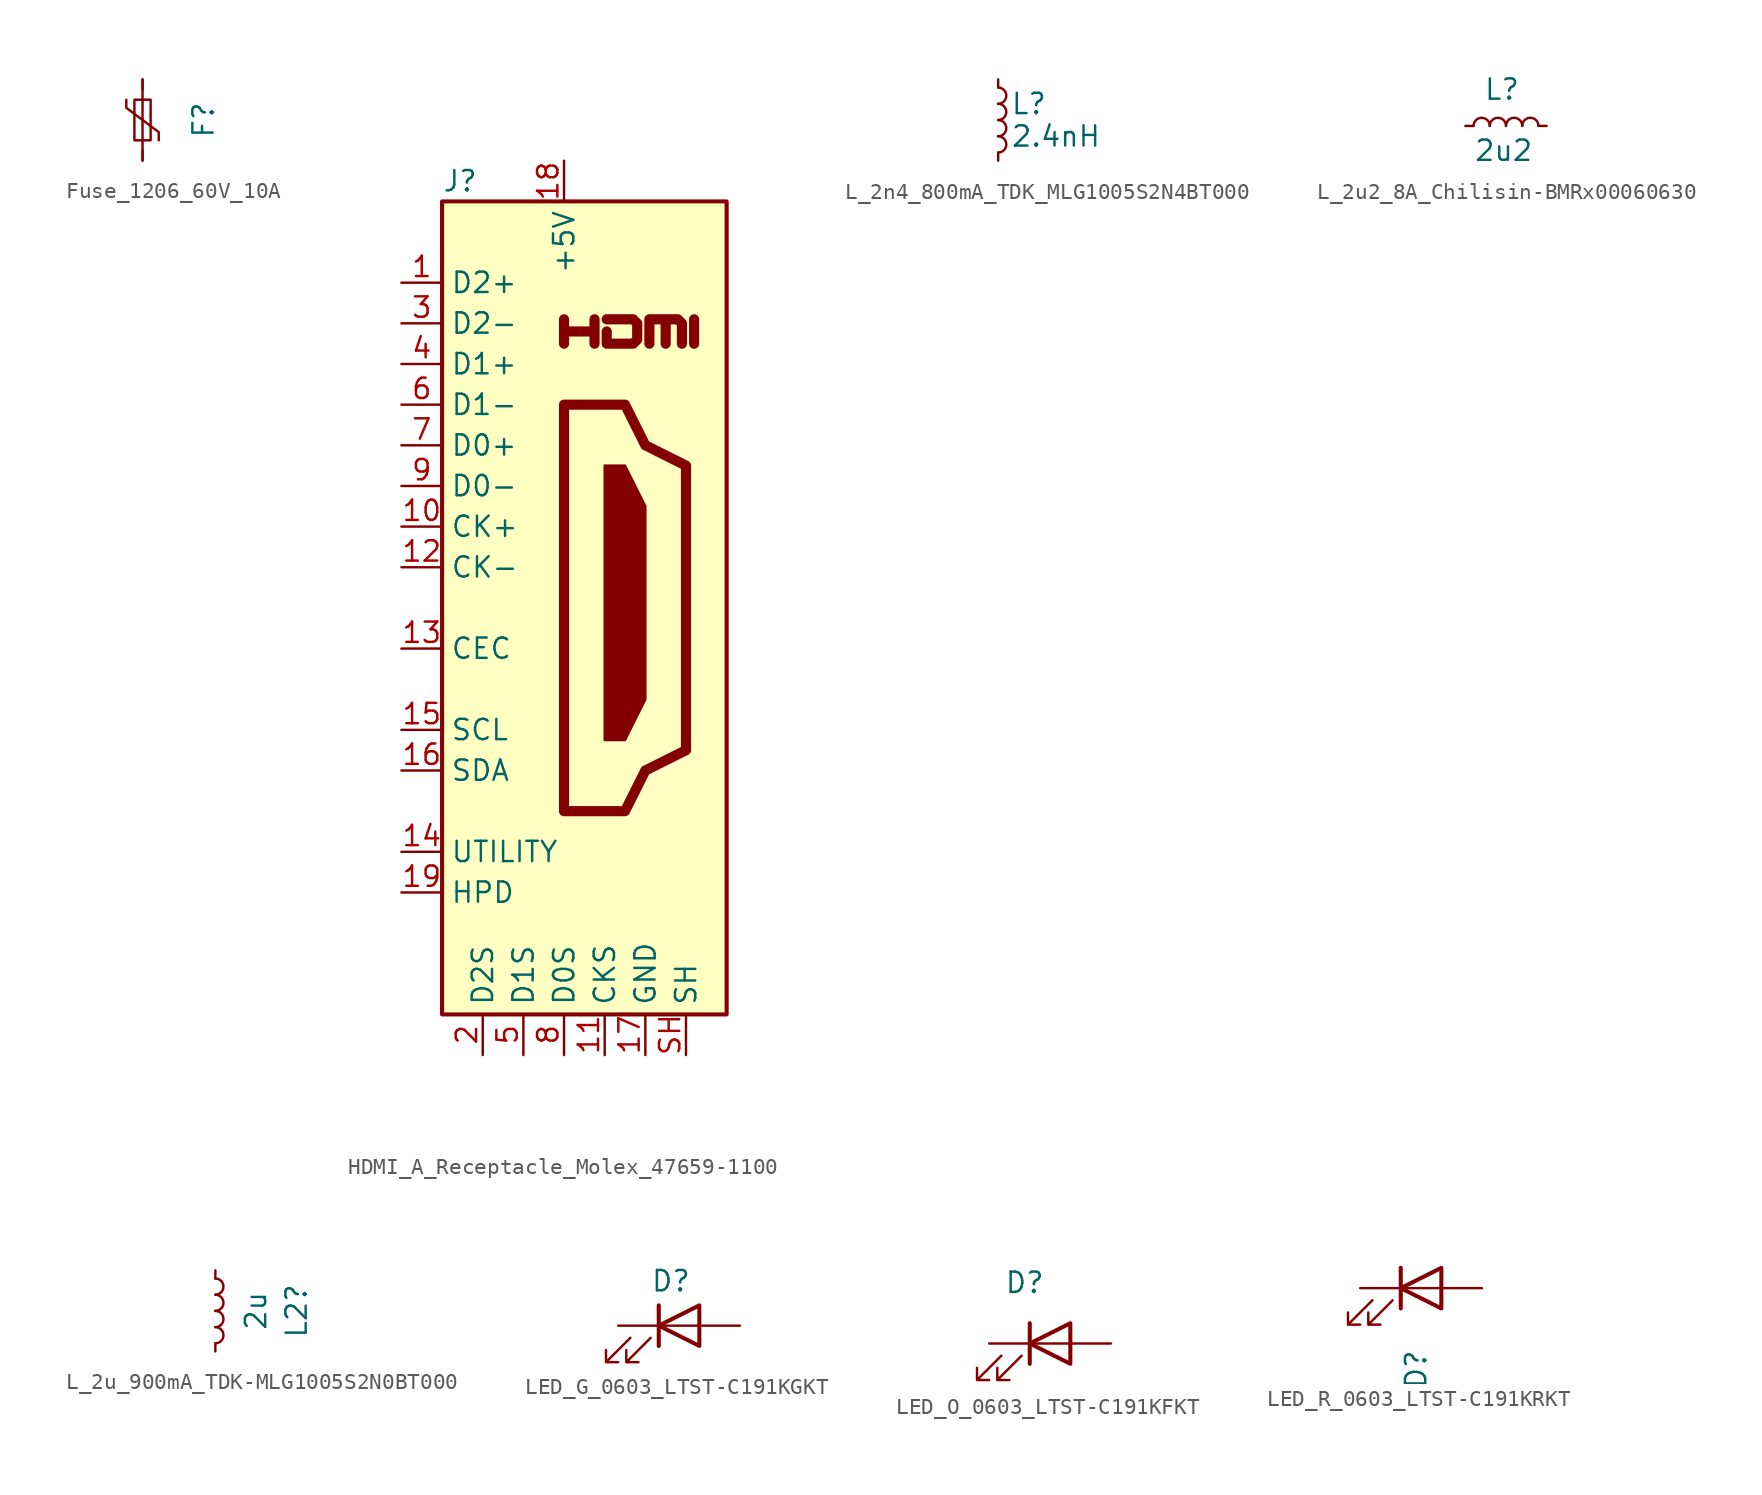
<source format=kicad_sym>
(kicad_symbol_lib
  (version 20241209)
  (generator "kicad_symbol_editor")
  (generator_version "9.0")
  (symbol "Fuse_1206_60V_10A"
    (pin_numbers
      (hide yes))
    (pin_names
      (offset 0))
    (property "Reference" "F"
      (at 3.81 0 90)
      (effects (font (size 1.27 1.27))))
    (symbol "Fuse_1206_60V_10A_0_1"
      (polyline (pts (xy -1.016 1.27) (xy -1.016 0.762) (xy 1.016 -0.762) (xy 1.016 -1.27)) (stroke (width 0) (type default)) (fill (type none)))
      (rectangle (start -0.508 1.27) (end 0.508 -1.27) (stroke (width 0) (type default)) (fill (type none)))
      (polyline (pts (xy 0 2.54) (xy 0 -2.54)) (stroke (width 0) (type default)) (fill (type none))))
    (symbol "Fuse_1206_60V_10A_1_1"
      (pin passive line (at 0 2.54 270) (length 0.635) (name "~" (effects (font (size 1.27 1.27)))) (number "1" (effects (font (size 1.27 1.27)))))
      (pin passive line (at 0 -2.54 90) (length 0.635) (name "~" (effects (font (size 1.27 1.27)))) (number "2" (effects (font (size 1.27 1.27)))))))
  (symbol "HDMI_A_Receptacle_Molex_47659-1100"
    (property "Reference" "J"
      (at -7.62 26.67 0)
      (effects (font (size 1.27 1.27)) (justify left)))
    (symbol "HDMI_A_Receptacle_Molex_47659-1100_0_0"
      (polyline (pts (xy 0 16.51) (xy 0 18.034) (xy 0 17.272) (xy 1.905 17.272) (xy 1.905 18.034) (xy 1.905 16.51)) (stroke (width 0.635) (type default)) (fill (type none)))
      (polyline (pts (xy 2.667 18.034) (xy 4.318 18.034) (xy 4.572 17.78) (xy 4.572 16.764) (xy 4.318 16.51) (xy 2.667 16.51) (xy 2.667 17.272)) (stroke (width 0.635) (type default)) (fill (type none)))
      (polyline (pts (xy 8.128 16.51) (xy 8.128 18.034)) (stroke (width 0.635) (type default)) (fill (type none))))
    (symbol "HDMI_A_Receptacle_Molex_47659-1100_0_1"
      (rectangle (start -7.62 25.4) (end 10.16 -25.4) (stroke (width 0.254) (type default)) (fill (type background)))
      (polyline (pts (xy 0 12.7) (xy 0 -12.7) (xy 3.81 -12.7) (xy 5.08 -10.16) (xy 7.62 -8.89) (xy 7.62 8.89) (xy 5.08 10.16) (xy 3.81 12.7) (xy 0 12.7)) (stroke (width 0.635) (type default)) (fill (type none)))
      (polyline (pts (xy 2.54 8.89) (xy 3.81 8.89) (xy 5.08 6.35) (xy 5.08 -5.715) (xy 3.81 -8.255) (xy 2.54 -8.255) (xy 2.54 8.89)) (stroke (width 0) (type default)) (fill (type outline)))
      (polyline (pts (xy 5.334 16.51) (xy 5.334 18.034) (xy 6.35 18.034) (xy 6.35 16.51) (xy 6.35 18.034) (xy 7.112 18.034) (xy 7.366 17.78) (xy 7.366 16.51)) (stroke (width 0.635) (type default)) (fill (type none))))
    (symbol "HDMI_A_Receptacle_Molex_47659-1100_1_1"
      (pin passive line (at -10.16 20.32 0) (length 2.54) (name "D2+" (effects (font (size 1.27 1.27)))) (number "1" (effects (font (size 1.27 1.27)))))
      (pin passive line (at -10.16 17.78 0) (length 2.54) (name "D2-" (effects (font (size 1.27 1.27)))) (number "3" (effects (font (size 1.27 1.27)))))
      (pin passive line (at -10.16 15.24 0) (length 2.54) (name "D1+" (effects (font (size 1.27 1.27)))) (number "4" (effects (font (size 1.27 1.27)))))
      (pin passive line (at -10.16 12.7 0) (length 2.54) (name "D1-" (effects (font (size 1.27 1.27)))) (number "6" (effects (font (size 1.27 1.27)))))
      (pin passive line (at -10.16 10.16 0) (length 2.54) (name "D0+" (effects (font (size 1.27 1.27)))) (number "7" (effects (font (size 1.27 1.27)))))
      (pin passive line (at -10.16 7.62 0) (length 2.54) (name "D0-" (effects (font (size 1.27 1.27)))) (number "9" (effects (font (size 1.27 1.27)))))
      (pin passive line (at -10.16 5.08 0) (length 2.54) (name "CK+" (effects (font (size 1.27 1.27)))) (number "10" (effects (font (size 1.27 1.27)))))
      (pin passive line (at -10.16 2.54 0) (length 2.54) (name "CK-" (effects (font (size 1.27 1.27)))) (number "12" (effects (font (size 1.27 1.27)))))
      (pin bidirectional line (at -10.16 -2.54 0) (length 2.54) (name "CEC" (effects (font (size 1.27 1.27)))) (number "13" (effects (font (size 1.27 1.27)))))
      (pin passive line (at -10.16 -7.62 0) (length 2.54) (name "SCL" (effects (font (size 1.27 1.27)))) (number "15" (effects (font (size 1.27 1.27)))))
      (pin bidirectional line (at -10.16 -10.16 0) (length 2.54) (name "SDA" (effects (font (size 1.27 1.27)))) (number "16" (effects (font (size 1.27 1.27)))))
      (pin passive line (at -10.16 -15.24 0) (length 2.54) (name "UTILITY" (effects (font (size 1.27 1.27)))) (number "14" (effects (font (size 1.27 1.27)))))
      (pin passive line (at -10.16 -17.78 0) (length 2.54) (name "HPD" (effects (font (size 1.27 1.27)))) (number "19" (effects (font (size 1.27 1.27)))))
      (pin power_in line (at -5.08 -27.94 90) (length 2.54) (name "D2S" (effects (font (size 1.27 1.27)))) (number "2" (effects (font (size 1.27 1.27)))))
      (pin power_in line (at -2.54 -27.94 90) (length 2.54) (name "D1S" (effects (font (size 1.27 1.27)))) (number "5" (effects (font (size 1.27 1.27)))))
      (pin power_in line (at 0 27.94 270) (length 2.54) (name "+5V" (effects (font (size 1.27 1.27)))) (number "18" (effects (font (size 1.27 1.27)))))
      (pin power_in line (at 0 -27.94 90) (length 2.54) (name "D0S" (effects (font (size 1.27 1.27)))) (number "8" (effects (font (size 1.27 1.27)))))
      (pin power_in line (at 2.54 -27.94 90) (length 2.54) (name "CKS" (effects (font (size 1.27 1.27)))) (number "11" (effects (font (size 1.27 1.27)))))
      (pin power_in line (at 5.08 -27.94 90) (length 2.54) (name "GND" (effects (font (size 1.27 1.27)))) (number "17" (effects (font (size 1.27 1.27)))))
      (pin passive line (at 7.62 -27.94 90) (length 2.54) (name "SH" (effects (font (size 1.27 1.27)))) (number "SH" (effects (font (size 1.27 1.27)))))))
  (symbol "L_2n4_800mA_TDK_MLG1005S2N4BT000"
    (pin_numbers
      (hide yes))
    (pin_names
      (offset 0.254)
      (hide yes))
    (property "Reference" "L"
      (at 0.762 1.016 0)
      (effects (font (size 1.27 1.27)) (justify left)))
    (property "Value" "2.4nH"
      (at 0.762 -1.016 0)
      (effects (font (size 1.27 1.27)) (justify left)))
    (symbol "L_2n4_800mA_TDK_MLG1005S2N4BT000_0_1"
      (arc (start 0 2.032) (mid 0.5058 1.524) (end 0 1.016) (stroke (width 0) (type default)) (fill (type none)))
      (arc (start 0 1.016) (mid 0.5058 0.508) (end 0 0) (stroke (width 0) (type default)) (fill (type none)))
      (arc (start 0 0) (mid 0.5058 -0.508) (end 0 -1.016) (stroke (width 0) (type default)) (fill (type none)))
      (arc (start 0 -1.016) (mid 0.5058 -1.524) (end 0 -2.032) (stroke (width 0) (type default)) (fill (type none))))
    (symbol "L_2n4_800mA_TDK_MLG1005S2N4BT000_1_1"
      (pin passive line (at 0 2.54 270) (length 0.508) (name "~" (effects (font (size 1.27 1.27)))) (number "1" (effects (font (size 1.27 1.27)))))
      (pin passive line (at 0 -2.54 90) (length 0.508) (name "~" (effects (font (size 1.27 1.27)))) (number "2" (effects (font (size 1.27 1.27)))))))
  (symbol "L_2u2_8A_Chilisin-BMRx00060630"
    (pin_numbers
      (hide yes))
    (pin_names
      (hide yes))
    (property "Reference" "L"
      (at 2.286 2.286 0)
      (effects (font (size 1.27 1.27) (thickness 0.15))))
    (property "Value" "2u2"
      (at 0.508 -2.286 0)
      (effects (font (size 1.27 1.27) (thickness 0.15)) (justify left bottom)))
    (symbol "L_2u2_8A_Chilisin-BMRx00060630_0_1"
      (arc (start 0.508 0) (mid 1.016 0.5058) (end 1.524 0) (stroke (width 0) (type default)) (fill (type none)))
      (arc (start 1.524 0) (mid 2.032 0.5058) (end 2.54 0) (stroke (width 0) (type default)) (fill (type none)))
      (arc (start 2.54 0) (mid 3.048 0.5058) (end 3.556 0) (stroke (width 0) (type default)) (fill (type none)))
      (arc (start 3.556 0) (mid 4.064 0.5058) (end 4.572 0) (stroke (width 0) (type default)) (fill (type none))))
    (symbol "L_2u2_8A_Chilisin-BMRx00060630_1_1"
      (pin passive line (at 0 0 0) (length 0.508) (name "~" (effects (font (size 1.27 1.27)))) (number "1" (effects (font (size 1.27 1.27)))))
      (pin passive line (at 5.08 0 180) (length 0.508) (name "~" (effects (font (size 1.27 1.27)))) (number "2" (effects (font (size 1.27 1.27)))))))
  (symbol "L_2u_900mA_TDK-MLG1005S2N0BT000"
    (pin_numbers
      (hide yes))
    (pin_names
      (offset 0.254)
      (hide yes))
    (property "Reference" "L2"
      (at 5.08 0 90)
      (effects (font (size 1.27 1.27))))
    (property "Value" "2u"
      (at 2.54 0 90)
      (effects (font (size 1.27 1.27))))
    (symbol "L_2u_900mA_TDK-MLG1005S2N0BT000_0_1"
      (arc (start 0 2.032) (mid 0.5058 1.524) (end 0 1.016) (stroke (width 0) (type default)) (fill (type none)))
      (arc (start 0 1.016) (mid 0.5058 0.508) (end 0 0) (stroke (width 0) (type default)) (fill (type none)))
      (arc (start 0 0) (mid 0.5058 -0.508) (end 0 -1.016) (stroke (width 0) (type default)) (fill (type none)))
      (arc (start 0 -1.016) (mid 0.5058 -1.524) (end 0 -2.032) (stroke (width 0) (type default)) (fill (type none))))
    (symbol "L_2u_900mA_TDK-MLG1005S2N0BT000_1_1"
      (pin passive line (at 0 2.54 270) (length 0.508) (name "~" (effects (font (size 1.27 1.27)))) (number "1" (effects (font (size 1.27 1.27)))))
      (pin passive line (at 0 -2.54 90) (length 0.508) (name "~" (effects (font (size 1.27 1.27)))) (number "2" (effects (font (size 1.27 1.27)))))))
  (symbol "LED_G_0603_LTST-C191KGKT"
    (pin_numbers
      (hide yes))
    (pin_names
      (hide yes))
    (property "Reference" "D"
      (at -0.508 2.794 0)
      (effects (font (size 1.27 1.27))))
    (symbol "LED_G_0603_LTST-C191KGKT_0_1"
      (polyline (pts (xy -3.048 -0.762) (xy -4.572 -2.286) (xy -3.81 -2.286) (xy -4.572 -2.286) (xy -4.572 -1.524)) (stroke (width 0) (type default)) (fill (type none)))
      (polyline (pts (xy -1.778 -0.762) (xy -3.302 -2.286) (xy -2.54 -2.286) (xy -3.302 -2.286) (xy -3.302 -1.524)) (stroke (width 0) (type default)) (fill (type none)))
      (polyline (pts (xy -1.27 0) (xy 1.27 0)) (stroke (width 0) (type default)) (fill (type none)))
      (polyline (pts (xy -1.27 -1.27) (xy -1.27 1.27)) (stroke (width 0.254) (type default)) (fill (type none)))
      (polyline (pts (xy 1.27 -1.27) (xy 1.27 1.27) (xy -1.27 0) (xy 1.27 -1.27)) (stroke (width 0.254) (type default)) (fill (type none))))
    (symbol "LED_G_0603_LTST-C191KGKT_1_1"
      (pin passive line (at -3.81 0 0) (length 2.54) (name "K" (effects (font (size 1.27 1.27)))) (number "1" (effects (font (size 1.27 1.27)))))
      (pin passive line (at 3.81 0 180) (length 2.54) (name "A" (effects (font (size 1.27 1.27)))) (number "2" (effects (font (size 1.27 1.27)))))))
  (symbol "LED_O_0603_LTST-C191KFKT"
    (pin_numbers
      (hide yes))
    (pin_names
      (hide yes))
    (property "Reference" "D"
      (at -1.587 3.81 0)
      (effects (font (size 1.27 1.27))))
    (symbol "LED_O_0603_LTST-C191KFKT_0_1"
      (polyline (pts (xy -3.048 -0.762) (xy -4.572 -2.286) (xy -3.81 -2.286) (xy -4.572 -2.286) (xy -4.572 -1.524)) (stroke (width 0) (type default)) (fill (type none)))
      (polyline (pts (xy -1.778 -0.762) (xy -3.302 -2.286) (xy -2.54 -2.286) (xy -3.302 -2.286) (xy -3.302 -1.524)) (stroke (width 0) (type default)) (fill (type none)))
      (polyline (pts (xy -1.27 0) (xy 1.27 0)) (stroke (width 0) (type default)) (fill (type none)))
      (polyline (pts (xy -1.27 -1.27) (xy -1.27 1.27)) (stroke (width 0.254) (type default)) (fill (type none)))
      (polyline (pts (xy 1.27 -1.27) (xy 1.27 1.27) (xy -1.27 0) (xy 1.27 -1.27)) (stroke (width 0.254) (type default)) (fill (type none))))
    (symbol "LED_O_0603_LTST-C191KFKT_1_1"
      (pin passive line (at -3.81 0 0) (length 2.54) (name "K" (effects (font (size 1.27 1.27)))) (number "1" (effects (font (size 1.27 1.27)))))
      (pin passive line (at 3.81 0 180) (length 2.54) (name "A" (effects (font (size 1.27 1.27)))) (number "2" (effects (font (size 1.27 1.27)))))))
  (symbol "LED_R_0603_LTST-C191KRKT"
    (pin_numbers
      (hide yes))
    (pin_names
      (hide yes))
    (property "Reference" "D"
      (at -0.317 -3.81 90)
      (effects (font (size 1.27 1.27)) (justify right)))
    (symbol "LED_R_0603_LTST-C191KRKT_0_1"
      (polyline (pts (xy -3.048 -0.762) (xy -4.572 -2.286) (xy -3.81 -2.286) (xy -4.572 -2.286) (xy -4.572 -1.524)) (stroke (width 0) (type default)) (fill (type none)))
      (polyline (pts (xy -1.778 -0.762) (xy -3.302 -2.286) (xy -2.54 -2.286) (xy -3.302 -2.286) (xy -3.302 -1.524)) (stroke (width 0) (type default)) (fill (type none)))
      (polyline (pts (xy -1.27 0) (xy 1.27 0)) (stroke (width 0) (type default)) (fill (type none)))
      (polyline (pts (xy -1.27 -1.27) (xy -1.27 1.27)) (stroke (width 0.254) (type default)) (fill (type none)))
      (polyline (pts (xy 1.27 -1.27) (xy 1.27 1.27) (xy -1.27 0) (xy 1.27 -1.27)) (stroke (width 0.254) (type default)) (fill (type none))))
    (symbol "LED_R_0603_LTST-C191KRKT_1_1"
      (pin passive line (at -3.81 0 0) (length 2.54) (name "K" (effects (font (size 1.27 1.27)))) (number "1" (effects (font (size 1.27 1.27)))))
      (pin passive line (at 3.81 0 180) (length 2.54) (name "A" (effects (font (size 1.27 1.27)))) (number "2" (effects (font (size 1.27 1.27))))))))
</source>
